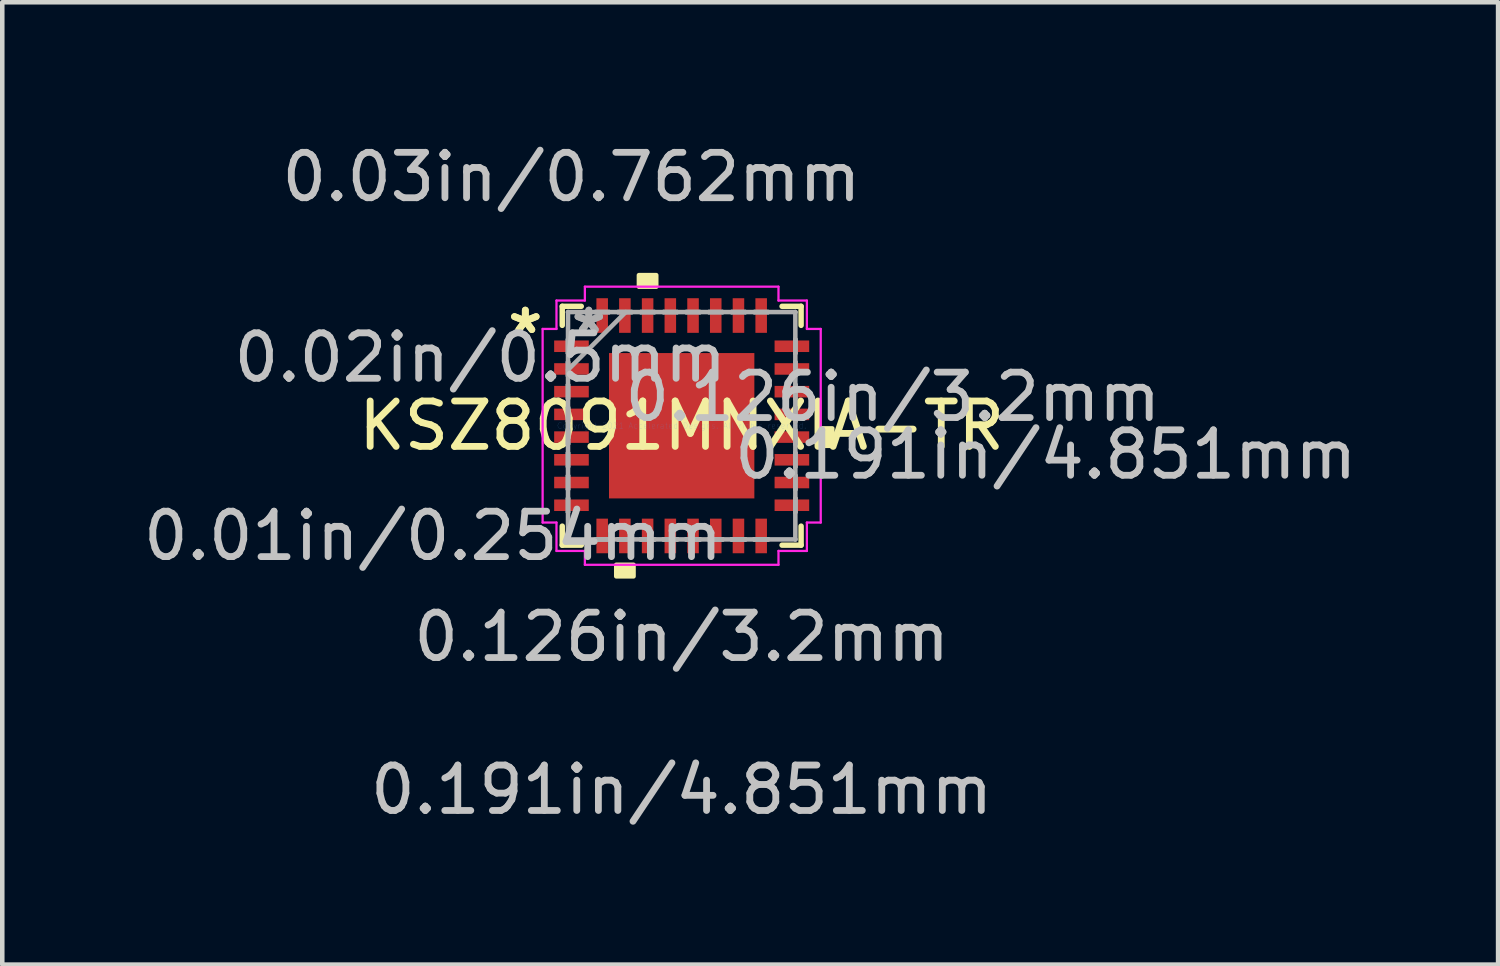
<source format=kicad_pcb>
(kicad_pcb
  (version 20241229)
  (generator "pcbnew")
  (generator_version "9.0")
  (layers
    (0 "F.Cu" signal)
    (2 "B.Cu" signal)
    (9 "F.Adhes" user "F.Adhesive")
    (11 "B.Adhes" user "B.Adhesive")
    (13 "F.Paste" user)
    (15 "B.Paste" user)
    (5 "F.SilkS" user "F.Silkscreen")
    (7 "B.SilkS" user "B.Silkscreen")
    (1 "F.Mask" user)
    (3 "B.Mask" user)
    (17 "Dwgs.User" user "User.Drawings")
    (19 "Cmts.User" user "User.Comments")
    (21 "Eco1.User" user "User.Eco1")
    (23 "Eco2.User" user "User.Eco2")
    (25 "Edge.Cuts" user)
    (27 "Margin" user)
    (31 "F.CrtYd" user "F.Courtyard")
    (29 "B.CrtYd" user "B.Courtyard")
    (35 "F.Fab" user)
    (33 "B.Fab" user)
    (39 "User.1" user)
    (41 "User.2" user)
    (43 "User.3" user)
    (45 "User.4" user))
  (footprint "KSZ8091MNXIA-TR"
    (layer "F.Cu")
    (at 11.956 6.322)
    (property "Reference" "KSZ8091MNXIA-TR" (at 0 0 0) (layer "F.SilkS") (effects (font (size 1 1) (thickness 0.15))))
    (attr through_hole)
    (fp_line (start -2.629 -2.629) (end -2.629 -2.21) (stroke (width 0.12) (type solid)) (layer "F.SilkS"))
    (fp_line (start -2.629 2.21) (end -2.629 2.629) (stroke (width 0.12) (type solid)) (layer "F.SilkS"))
    (fp_line (start -2.629 2.629) (end -2.21 2.629) (stroke (width 0.12) (type solid)) (layer "F.SilkS"))
    (fp_line (start -2.21 -2.629) (end -2.629 -2.629) (stroke (width 0.12) (type solid)) (layer "F.SilkS"))
    (fp_line (start 2.21 2.629) (end 2.629 2.629) (stroke (width 0.12) (type solid)) (layer "F.SilkS"))
    (fp_line (start 2.629 -2.629) (end 2.21 -2.629) (stroke (width 0.12) (type solid)) (layer "F.SilkS"))
    (fp_line (start 2.629 -2.21) (end 2.629 -2.629) (stroke (width 0.12) (type solid)) (layer "F.SilkS"))
    (fp_line (start 2.629 2.629) (end 2.629 2.21) (stroke (width 0.12) (type solid)) (layer "F.SilkS"))
    (fp_poly (pts (xy -1.44 3.061) (xy -1.44 3.315) (xy -1.06 3.315) (xy -1.06 3.061)) (stroke (width 0.1) (type solid)) (fill yes) (layer "F.SilkS"))
    (fp_poly (pts (xy -0.941 -3.061) (xy -0.941 -3.315) (xy -0.56 -3.315) (xy -0.56 -3.061)) (stroke (width 0.1) (type solid)) (fill yes) (layer "F.SilkS"))
    (fp_poly (pts (xy 3.315 0.059) (xy 3.315 0.441) (xy 3.061 0.441) (xy 3.061 0.059)) (stroke (width 0.1) (type solid)) (fill yes) (layer "F.SilkS"))
    (fp_poly (pts (xy -1.5 -1.5) (xy -1.5 -0.1) (xy -0.1 -0.1) (xy -0.1 -1.5)) (stroke (width 0.1) (type solid)) (fill yes) (layer "F.Paste"))
    (fp_poly (pts (xy -1.5 0.1) (xy -1.5 1.5) (xy -0.1 1.5) (xy -0.1 0.1)) (stroke (width 0.1) (type solid)) (fill yes) (layer "F.Paste"))
    (fp_poly (pts (xy 0.1 -1.5) (xy 0.1 -0.1) (xy 1.5 -0.1) (xy 1.5 -1.5)) (stroke (width 0.1) (type solid)) (fill yes) (layer "F.Paste"))
    (fp_poly (pts (xy 0.1 0.1) (xy 0.1 1.5) (xy 1.5 1.5) (xy 1.5 0.1)) (stroke (width 0.1) (type solid)) (fill yes) (layer "F.Paste"))
    (fp_line (start -3.061 -2.131) (end -2.756 -2.131) (stroke (width 0.05) (type solid)) (layer "F.CrtYd"))
    (fp_line (start -3.061 2.131) (end -3.061 -2.131) (stroke (width 0.05) (type solid)) (layer "F.CrtYd"))
    (fp_line (start -2.756 -2.756) (end -2.131 -2.756) (stroke (width 0.05) (type solid)) (layer "F.CrtYd"))
    (fp_line (start -2.756 -2.131) (end -2.756 -2.756) (stroke (width 0.05) (type solid)) (layer "F.CrtYd"))
    (fp_line (start -2.756 2.131) (end -3.061 2.131) (stroke (width 0.05) (type solid)) (layer "F.CrtYd"))
    (fp_line (start -2.756 2.756) (end -2.756 2.131) (stroke (width 0.05) (type solid)) (layer "F.CrtYd"))
    (fp_line (start -2.131 -3.061) (end 2.131 -3.061) (stroke (width 0.05) (type solid)) (layer "F.CrtYd"))
    (fp_line (start -2.131 -2.756) (end -2.131 -3.061) (stroke (width 0.05) (type solid)) (layer "F.CrtYd"))
    (fp_line (start -2.131 2.756) (end -2.756 2.756) (stroke (width 0.05) (type solid)) (layer "F.CrtYd"))
    (fp_line (start -2.131 3.061) (end -2.131 2.756) (stroke (width 0.05) (type solid)) (layer "F.CrtYd"))
    (fp_line (start 2.131 -3.061) (end 2.131 -2.756) (stroke (width 0.05) (type solid)) (layer "F.CrtYd"))
    (fp_line (start 2.131 -2.756) (end 2.756 -2.756) (stroke (width 0.05) (type solid)) (layer "F.CrtYd"))
    (fp_line (start 2.131 2.756) (end 2.131 3.061) (stroke (width 0.05) (type solid)) (layer "F.CrtYd"))
    (fp_line (start 2.131 3.061) (end -2.131 3.061) (stroke (width 0.05) (type solid)) (layer "F.CrtYd"))
    (fp_line (start 2.756 -2.756) (end 2.756 -2.131) (stroke (width 0.05) (type solid)) (layer "F.CrtYd"))
    (fp_line (start 2.756 -2.131) (end 3.061 -2.131) (stroke (width 0.05) (type solid)) (layer "F.CrtYd"))
    (fp_line (start 2.756 2.131) (end 2.756 2.756) (stroke (width 0.05) (type solid)) (layer "F.CrtYd"))
    (fp_line (start 2.756 2.756) (end 2.131 2.756) (stroke (width 0.05) (type solid)) (layer "F.CrtYd"))
    (fp_line (start 3.061 -2.131) (end 3.061 2.131) (stroke (width 0.05) (type solid)) (layer "F.CrtYd"))
    (fp_line (start 3.061 2.131) (end 2.756 2.131) (stroke (width 0.05) (type solid)) (layer "F.CrtYd"))
    (fp_line (start -2.502 -2.502) (end -2.502 -2.502) (stroke (width 0.1) (type solid)) (layer "F.Fab"))
    (fp_line (start -2.502 -2.502) (end -2.502 2.502) (stroke (width 0.1) (type solid)) (layer "F.Fab"))
    (fp_line (start -2.502 -1.902) (end -2.502 -1.902) (stroke (width 0.1) (type solid)) (layer "F.Fab"))
    (fp_line (start -2.502 -1.902) (end -2.502 -1.598) (stroke (width 0.1) (type solid)) (layer "F.Fab"))
    (fp_line (start -2.502 -1.598) (end -2.502 -1.902) (stroke (width 0.1) (type solid)) (layer "F.Fab"))
    (fp_line (start -2.502 -1.598) (end -2.502 -1.598) (stroke (width 0.1) (type solid)) (layer "F.Fab"))
    (fp_line (start -2.502 -1.402) (end -2.502 -1.402) (stroke (width 0.1) (type solid)) (layer "F.Fab"))
    (fp_line (start -2.502 -1.402) (end -2.502 -1.098) (stroke (width 0.1) (type solid)) (layer "F.Fab"))
    (fp_line (start -2.502 -1.232) (end -1.232 -2.502) (stroke (width 0.1) (type solid)) (layer "F.Fab"))
    (fp_line (start -2.502 -1.098) (end -2.502 -1.402) (stroke (width 0.1) (type solid)) (layer "F.Fab"))
    (fp_line (start -2.502 -1.098) (end -2.502 -1.098) (stroke (width 0.1) (type solid)) (layer "F.Fab"))
    (fp_line (start -2.502 -0.902) (end -2.502 -0.902) (stroke (width 0.1) (type solid)) (layer "F.Fab"))
    (fp_line (start -2.502 -0.902) (end -2.502 -0.598) (stroke (width 0.1) (type solid)) (layer "F.Fab"))
    (fp_line (start -2.502 -0.598) (end -2.502 -0.902) (stroke (width 0.1) (type solid)) (layer "F.Fab"))
    (fp_line (start -2.502 -0.598) (end -2.502 -0.598) (stroke (width 0.1) (type solid)) (layer "F.Fab"))
    (fp_line (start -2.502 -0.402) (end -2.502 -0.402) (stroke (width 0.1) (type solid)) (layer "F.Fab"))
    (fp_line (start -2.502 -0.402) (end -2.502 -0.098) (stroke (width 0.1) (type solid)) (layer "F.Fab"))
    (fp_line (start -2.502 -0.098) (end -2.502 -0.402) (stroke (width 0.1) (type solid)) (layer "F.Fab"))
    (fp_line (start -2.502 -0.098) (end -2.502 -0.098) (stroke (width 0.1) (type solid)) (layer "F.Fab"))
    (fp_line (start -2.502 0.098) (end -2.502 0.098) (stroke (width 0.1) (type solid)) (layer "F.Fab"))
    (fp_line (start -2.502 0.098) (end -2.502 0.402) (stroke (width 0.1) (type solid)) (layer "F.Fab"))
    (fp_line (start -2.502 0.402) (end -2.502 0.098) (stroke (width 0.1) (type solid)) (layer "F.Fab"))
    (fp_line (start -2.502 0.402) (end -2.502 0.402) (stroke (width 0.1) (type solid)) (layer "F.Fab"))
    (fp_line (start -2.502 0.598) (end -2.502 0.598) (stroke (width 0.1) (type solid)) (layer "F.Fab"))
    (fp_line (start -2.502 0.598) (end -2.502 0.902) (stroke (width 0.1) (type solid)) (layer "F.Fab"))
    (fp_line (start -2.502 0.902) (end -2.502 0.598) (stroke (width 0.1) (type solid)) (layer "F.Fab"))
    (fp_line (start -2.502 0.902) (end -2.502 0.902) (stroke (width 0.1) (type solid)) (layer "F.Fab"))
    (fp_line (start -2.502 1.098) (end -2.502 1.098) (stroke (width 0.1) (type solid)) (layer "F.Fab"))
    (fp_line (start -2.502 1.098) (end -2.502 1.402) (stroke (width 0.1) (type solid)) (layer "F.Fab"))
    (fp_line (start -2.502 1.402) (end -2.502 1.098) (stroke (width 0.1) (type solid)) (layer "F.Fab"))
    (fp_line (start -2.502 1.402) (end -2.502 1.402) (stroke (width 0.1) (type solid)) (layer "F.Fab"))
    (fp_line (start -2.502 1.598) (end -2.502 1.598) (stroke (width 0.1) (type solid)) (layer "F.Fab"))
    (fp_line (start -2.502 1.598) (end -2.502 1.902) (stroke (width 0.1) (type solid)) (layer "F.Fab"))
    (fp_line (start -2.502 1.902) (end -2.502 1.598) (stroke (width 0.1) (type solid)) (layer "F.Fab"))
    (fp_line (start -2.502 1.902) (end -2.502 1.902) (stroke (width 0.1) (type solid)) (layer "F.Fab"))
    (fp_line (start -2.502 2.502) (end -2.502 2.502) (stroke (width 0.1) (type solid)) (layer "F.Fab"))
    (fp_line (start -2.502 2.502) (end 2.502 2.502) (stroke (width 0.1) (type solid)) (layer "F.Fab"))
    (fp_line (start -1.902 -2.502) (end -1.902 -2.502) (stroke (width 0.1) (type solid)) (layer "F.Fab"))
    (fp_line (start -1.902 -2.502) (end -1.598 -2.502) (stroke (width 0.1) (type solid)) (layer "F.Fab"))
    (fp_line (start -1.902 2.502) (end -1.902 2.502) (stroke (width 0.1) (type solid)) (layer "F.Fab"))
    (fp_line (start -1.902 2.502) (end -1.598 2.502) (stroke (width 0.1) (type solid)) (layer "F.Fab"))
    (fp_line (start -1.598 -2.502) (end -1.902 -2.502) (stroke (width 0.1) (type solid)) (layer "F.Fab"))
    (fp_line (start -1.598 -2.502) (end -1.598 -2.502) (stroke (width 0.1) (type solid)) (layer "F.Fab"))
    (fp_line (start -1.598 2.502) (end -1.902 2.502) (stroke (width 0.1) (type solid)) (layer "F.Fab"))
    (fp_line (start -1.598 2.502) (end -1.598 2.502) (stroke (width 0.1) (type solid)) (layer "F.Fab"))
    (fp_line (start -1.402 -2.502) (end -1.402 -2.502) (stroke (width 0.1) (type solid)) (layer "F.Fab"))
    (fp_line (start -1.402 -2.502) (end -1.098 -2.502) (stroke (width 0.1) (type solid)) (layer "F.Fab"))
    (fp_line (start -1.402 2.502) (end -1.402 2.502) (stroke (width 0.1) (type solid)) (layer "F.Fab"))
    (fp_line (start -1.402 2.502) (end -1.098 2.502) (stroke (width 0.1) (type solid)) (layer "F.Fab"))
    (fp_line (start -1.098 -2.502) (end -1.402 -2.502) (stroke (width 0.1) (type solid)) (layer "F.Fab"))
    (fp_line (start -1.098 -2.502) (end -1.098 -2.502) (stroke (width 0.1) (type solid)) (layer "F.Fab"))
    (fp_line (start -1.098 2.502) (end -1.402 2.502) (stroke (width 0.1) (type solid)) (layer "F.Fab"))
    (fp_line (start -1.098 2.502) (end -1.098 2.502) (stroke (width 0.1) (type solid)) (layer "F.Fab"))
    (fp_line (start -0.902 -2.502) (end -0.902 -2.502) (stroke (width 0.1) (type solid)) (layer "F.Fab"))
    (fp_line (start -0.902 -2.502) (end -0.598 -2.502) (stroke (width 0.1) (type solid)) (layer "F.Fab"))
    (fp_line (start -0.902 2.502) (end -0.902 2.502) (stroke (width 0.1) (type solid)) (layer "F.Fab"))
    (fp_line (start -0.902 2.502) (end -0.598 2.502) (stroke (width 0.1) (type solid)) (layer "F.Fab"))
    (fp_line (start -0.598 -2.502) (end -0.902 -2.502) (stroke (width 0.1) (type solid)) (layer "F.Fab"))
    (fp_line (start -0.598 -2.502) (end -0.598 -2.502) (stroke (width 0.1) (type solid)) (layer "F.Fab"))
    (fp_line (start -0.598 2.502) (end -0.902 2.502) (stroke (width 0.1) (type solid)) (layer "F.Fab"))
    (fp_line (start -0.598 2.502) (end -0.598 2.502) (stroke (width 0.1) (type solid)) (layer "F.Fab"))
    (fp_line (start -0.402 -2.502) (end -0.402 -2.502) (stroke (width 0.1) (type solid)) (layer "F.Fab"))
    (fp_line (start -0.402 -2.502) (end -0.098 -2.502) (stroke (width 0.1) (type solid)) (layer "F.Fab"))
    (fp_line (start -0.402 2.502) (end -0.402 2.502) (stroke (width 0.1) (type solid)) (layer "F.Fab"))
    (fp_line (start -0.402 2.502) (end -0.098 2.502) (stroke (width 0.1) (type solid)) (layer "F.Fab"))
    (fp_line (start -0.098 -2.502) (end -0.402 -2.502) (stroke (width 0.1) (type solid)) (layer "F.Fab"))
    (fp_line (start -0.098 -2.502) (end -0.098 -2.502) (stroke (width 0.1) (type solid)) (layer "F.Fab"))
    (fp_line (start -0.098 2.502) (end -0.402 2.502) (stroke (width 0.1) (type solid)) (layer "F.Fab"))
    (fp_line (start -0.098 2.502) (end -0.098 2.502) (stroke (width 0.1) (type solid)) (layer "F.Fab"))
    (fp_line (start 0.098 -2.502) (end 0.098 -2.502) (stroke (width 0.1) (type solid)) (layer "F.Fab"))
    (fp_line (start 0.098 -2.502) (end 0.402 -2.502) (stroke (width 0.1) (type solid)) (layer "F.Fab"))
    (fp_line (start 0.098 2.502) (end 0.098 2.502) (stroke (width 0.1) (type solid)) (layer "F.Fab"))
    (fp_line (start 0.098 2.502) (end 0.402 2.502) (stroke (width 0.1) (type solid)) (layer "F.Fab"))
    (fp_line (start 0.402 -2.502) (end 0.098 -2.502) (stroke (width 0.1) (type solid)) (layer "F.Fab"))
    (fp_line (start 0.402 -2.502) (end 0.402 -2.502) (stroke (width 0.1) (type solid)) (layer "F.Fab"))
    (fp_line (start 0.402 2.502) (end 0.098 2.502) (stroke (width 0.1) (type solid)) (layer "F.Fab"))
    (fp_line (start 0.402 2.502) (end 0.402 2.502) (stroke (width 0.1) (type solid)) (layer "F.Fab"))
    (fp_line (start 0.598 -2.502) (end 0.598 -2.502) (stroke (width 0.1) (type solid)) (layer "F.Fab"))
    (fp_line (start 0.598 -2.502) (end 0.902 -2.502) (stroke (width 0.1) (type solid)) (layer "F.Fab"))
    (fp_line (start 0.598 2.502) (end 0.598 2.502) (stroke (width 0.1) (type solid)) (layer "F.Fab"))
    (fp_line (start 0.598 2.502) (end 0.902 2.502) (stroke (width 0.1) (type solid)) (layer "F.Fab"))
    (fp_line (start 0.902 -2.502) (end 0.598 -2.502) (stroke (width 0.1) (type solid)) (layer "F.Fab"))
    (fp_line (start 0.902 -2.502) (end 0.902 -2.502) (stroke (width 0.1) (type solid)) (layer "F.Fab"))
    (fp_line (start 0.902 2.502) (end 0.598 2.502) (stroke (width 0.1) (type solid)) (layer "F.Fab"))
    (fp_line (start 0.902 2.502) (end 0.902 2.502) (stroke (width 0.1) (type solid)) (layer "F.Fab"))
    (fp_line (start 1.098 -2.502) (end 1.098 -2.502) (stroke (width 0.1) (type solid)) (layer "F.Fab"))
    (fp_line (start 1.098 -2.502) (end 1.402 -2.502) (stroke (width 0.1) (type solid)) (layer "F.Fab"))
    (fp_line (start 1.098 2.502) (end 1.098 2.502) (stroke (width 0.1) (type solid)) (layer "F.Fab"))
    (fp_line (start 1.098 2.502) (end 1.402 2.502) (stroke (width 0.1) (type solid)) (layer "F.Fab"))
    (fp_line (start 1.402 -2.502) (end 1.098 -2.502) (stroke (width 0.1) (type solid)) (layer "F.Fab"))
    (fp_line (start 1.402 -2.502) (end 1.402 -2.502) (stroke (width 0.1) (type solid)) (layer "F.Fab"))
    (fp_line (start 1.402 2.502) (end 1.098 2.502) (stroke (width 0.1) (type solid)) (layer "F.Fab"))
    (fp_line (start 1.402 2.502) (end 1.402 2.502) (stroke (width 0.1) (type solid)) (layer "F.Fab"))
    (fp_line (start 1.598 -2.502) (end 1.598 -2.502) (stroke (width 0.1) (type solid)) (layer "F.Fab"))
    (fp_line (start 1.598 -2.502) (end 1.902 -2.502) (stroke (width 0.1) (type solid)) (layer "F.Fab"))
    (fp_line (start 1.598 2.502) (end 1.598 2.502) (stroke (width 0.1) (type solid)) (layer "F.Fab"))
    (fp_line (start 1.598 2.502) (end 1.902 2.502) (stroke (width 0.1) (type solid)) (layer "F.Fab"))
    (fp_line (start 1.902 -2.502) (end 1.598 -2.502) (stroke (width 0.1) (type solid)) (layer "F.Fab"))
    (fp_line (start 1.902 -2.502) (end 1.902 -2.502) (stroke (width 0.1) (type solid)) (layer "F.Fab"))
    (fp_line (start 1.902 2.502) (end 1.598 2.502) (stroke (width 0.1) (type solid)) (layer "F.Fab"))
    (fp_line (start 1.902 2.502) (end 1.902 2.502) (stroke (width 0.1) (type solid)) (layer "F.Fab"))
    (fp_line (start 2.502 -2.502) (end -2.502 -2.502) (stroke (width 0.1) (type solid)) (layer "F.Fab"))
    (fp_line (start 2.502 -2.502) (end 2.502 -2.502) (stroke (width 0.1) (type solid)) (layer "F.Fab"))
    (fp_line (start 2.502 -1.902) (end 2.502 -1.902) (stroke (width 0.1) (type solid)) (layer "F.Fab"))
    (fp_line (start 2.502 -1.902) (end 2.502 -1.598) (stroke (width 0.1) (type solid)) (layer "F.Fab"))
    (fp_line (start 2.502 -1.598) (end 2.502 -1.902) (stroke (width 0.1) (type solid)) (layer "F.Fab"))
    (fp_line (start 2.502 -1.598) (end 2.502 -1.598) (stroke (width 0.1) (type solid)) (layer "F.Fab"))
    (fp_line (start 2.502 -1.402) (end 2.502 -1.402) (stroke (width 0.1) (type solid)) (layer "F.Fab"))
    (fp_line (start 2.502 -1.402) (end 2.502 -1.098) (stroke (width 0.1) (type solid)) (layer "F.Fab"))
    (fp_line (start 2.502 -1.098) (end 2.502 -1.402) (stroke (width 0.1) (type solid)) (layer "F.Fab"))
    (fp_line (start 2.502 -1.098) (end 2.502 -1.098) (stroke (width 0.1) (type solid)) (layer "F.Fab"))
    (fp_line (start 2.502 -0.902) (end 2.502 -0.902) (stroke (width 0.1) (type solid)) (layer "F.Fab"))
    (fp_line (start 2.502 -0.902) (end 2.502 -0.598) (stroke (width 0.1) (type solid)) (layer "F.Fab"))
    (fp_line (start 2.502 -0.598) (end 2.502 -0.902) (stroke (width 0.1) (type solid)) (layer "F.Fab"))
    (fp_line (start 2.502 -0.598) (end 2.502 -0.598) (stroke (width 0.1) (type solid)) (layer "F.Fab"))
    (fp_line (start 2.502 -0.402) (end 2.502 -0.402) (stroke (width 0.1) (type solid)) (layer "F.Fab"))
    (fp_line (start 2.502 -0.402) (end 2.502 -0.098) (stroke (width 0.1) (type solid)) (layer "F.Fab"))
    (fp_line (start 2.502 -0.098) (end 2.502 -0.402) (stroke (width 0.1) (type solid)) (layer "F.Fab"))
    (fp_line (start 2.502 -0.098) (end 2.502 -0.098) (stroke (width 0.1) (type solid)) (layer "F.Fab"))
    (fp_line (start 2.502 0.098) (end 2.502 0.098) (stroke (width 0.1) (type solid)) (layer "F.Fab"))
    (fp_line (start 2.502 0.098) (end 2.502 0.402) (stroke (width 0.1) (type solid)) (layer "F.Fab"))
    (fp_line (start 2.502 0.402) (end 2.502 0.098) (stroke (width 0.1) (type solid)) (layer "F.Fab"))
    (fp_line (start 2.502 0.402) (end 2.502 0.402) (stroke (width 0.1) (type solid)) (layer "F.Fab"))
    (fp_line (start 2.502 0.598) (end 2.502 0.598) (stroke (width 0.1) (type solid)) (layer "F.Fab"))
    (fp_line (start 2.502 0.598) (end 2.502 0.902) (stroke (width 0.1) (type solid)) (layer "F.Fab"))
    (fp_line (start 2.502 0.902) (end 2.502 0.598) (stroke (width 0.1) (type solid)) (layer "F.Fab"))
    (fp_line (start 2.502 0.902) (end 2.502 0.902) (stroke (width 0.1) (type solid)) (layer "F.Fab"))
    (fp_line (start 2.502 1.098) (end 2.502 1.098) (stroke (width 0.1) (type solid)) (layer "F.Fab"))
    (fp_line (start 2.502 1.098) (end 2.502 1.402) (stroke (width 0.1) (type solid)) (layer "F.Fab"))
    (fp_line (start 2.502 1.402) (end 2.502 1.098) (stroke (width 0.1) (type solid)) (layer "F.Fab"))
    (fp_line (start 2.502 1.402) (end 2.502 1.402) (stroke (width 0.1) (type solid)) (layer "F.Fab"))
    (fp_line (start 2.502 1.598) (end 2.502 1.598) (stroke (width 0.1) (type solid)) (layer "F.Fab"))
    (fp_line (start 2.502 1.598) (end 2.502 1.902) (stroke (width 0.1) (type solid)) (layer "F.Fab"))
    (fp_line (start 2.502 1.902) (end 2.502 1.598) (stroke (width 0.1) (type solid)) (layer "F.Fab"))
    (fp_line (start 2.502 1.902) (end 2.502 1.902) (stroke (width 0.1) (type solid)) (layer "F.Fab"))
    (fp_line (start 2.502 2.502) (end 2.502 -2.502) (stroke (width 0.1) (type solid)) (layer "F.Fab"))
    (fp_line (start 2.502 2.502) (end 2.502 2.502) (stroke (width 0.1) (type solid)) (layer "F.Fab"))
    (fp_text user "*" (at -3.442 -2 0) (layer "F.SilkS") (effects (font (size 1 1) (thickness 0.15))))
    (fp_text user "*" (at -3.442 -2 0) (layer "F.SilkS") (effects (font (size 1 1) (thickness 0.15))))
    (fp_text user "0.191in/4.851mm" (at 0 8.014 0) (layer "Dwgs.User") (effects (font (size 1 1) (thickness 0.15))))
    (fp_text user "0.126in/3.2mm" (at 0 4.648 0) (layer "Dwgs.User") (effects (font (size 1 1) (thickness 0.15))))
    (fp_text user "0.02in/0.5mm" (at -4.432 -1.5 0) (layer "Dwgs.User") (effects (font (size 1 1) (thickness 0.15))))
    (fp_text user "0.191in/4.851mm" (at 8.014 0.635 0) (layer "Dwgs.User") (effects (font (size 1 1) (thickness 0.15))))
    (fp_text user "0.03in/0.762mm" (at -2.426 -5.474 0) (layer "Dwgs.User") (effects (font (size 1 1) (thickness 0.15))))
    (fp_text user "0.01in/0.254mm" (at -5.474 2.426 0) (layer "Dwgs.User") (effects (font (size 1 1) (thickness 0.15))))
    (fp_text user "0.126in/3.2mm" (at 4.648 -0.635 0) (layer "Dwgs.User") (effects (font (size 1 1) (thickness 0.15))))
    (fp_text user "Copyright 2021 Accelerated Designs. All rights reserved." (at 0 0 0) (layer "Cmts.User") (effects (font (size 0.127 0.127) (thickness 0.002))))
    (fp_text user "*" (at -2.045 -2 0) (layer "F.Fab") (effects (font (size 1 1) (thickness 0.15))))
    (fp_text user "*" (at -2.045 -2 0) (layer "F.Fab") (effects (font (size 1 1) (thickness 0.15))))
    (pad "1" smd rect (at -2.426 -1.75 90) (size 0.254 0.762) (layers "F.Cu" "F.Mask" "F.Paste"))
    (pad "2" smd rect (at -2.426 -1.25 90) (size 0.254 0.762) (layers "F.Cu" "F.Mask" "F.Paste"))
    (pad "3" smd rect (at -2.426 -0.75 90) (size 0.254 0.762) (layers "F.Cu" "F.Mask" "F.Paste"))
    (pad "4" smd rect (at -2.426 -0.25 90) (size 0.254 0.762) (layers "F.Cu" "F.Mask" "F.Paste"))
    (pad "5" smd rect (at -2.426 0.25 90) (size 0.254 0.762) (layers "F.Cu" "F.Mask" "F.Paste"))
    (pad "6" smd rect (at -2.426 0.75 90) (size 0.254 0.762) (layers "F.Cu" "F.Mask" "F.Paste"))
    (pad "7" smd rect (at -2.426 1.25 90) (size 0.254 0.762) (layers "F.Cu" "F.Mask" "F.Paste"))
    (pad "8" smd rect (at -2.426 1.75 90) (size 0.254 0.762) (layers "F.Cu" "F.Mask" "F.Paste"))
    (pad "9" smd rect (at -1.75 2.426) (size 0.254 0.762) (layers "F.Cu" "F.Mask" "F.Paste"))
    (pad "10" smd rect (at -1.25 2.426) (size 0.254 0.762) (layers "F.Cu" "F.Mask" "F.Paste"))
    (pad "11" smd rect (at -0.75 2.426) (size 0.254 0.762) (layers "F.Cu" "F.Mask" "F.Paste"))
    (pad "12" smd rect (at -0.25 2.426) (size 0.254 0.762) (layers "F.Cu" "F.Mask" "F.Paste"))
    (pad "13" smd rect (at 0.25 2.426) (size 0.254 0.762) (layers "F.Cu" "F.Mask" "F.Paste"))
    (pad "14" smd rect (at 0.75 2.426) (size 0.254 0.762) (layers "F.Cu" "F.Mask" "F.Paste"))
    (pad "15" smd rect (at 1.25 2.426) (size 0.254 0.762) (layers "F.Cu" "F.Mask" "F.Paste"))
    (pad "16" smd rect (at 1.75 2.426) (size 0.254 0.762) (layers "F.Cu" "F.Mask" "F.Paste"))
    (pad "17" smd rect (at 2.426 1.75 90) (size 0.254 0.762) (layers "F.Cu" "F.Mask" "F.Paste"))
    (pad "18" smd rect (at 2.426 1.25 90) (size 0.254 0.762) (layers "F.Cu" "F.Mask" "F.Paste"))
    (pad "19" smd rect (at 2.426 0.75 90) (size 0.254 0.762) (layers "F.Cu" "F.Mask" "F.Paste"))
    (pad "20" smd rect (at 2.426 0.25 90) (size 0.254 0.762) (layers "F.Cu" "F.Mask" "F.Paste"))
    (pad "21" smd rect (at 2.426 -0.25 90) (size 0.254 0.762) (layers "F.Cu" "F.Mask" "F.Paste"))
    (pad "22" smd rect (at 2.426 -0.75 90) (size 0.254 0.762) (layers "F.Cu" "F.Mask" "F.Paste"))
    (pad "23" smd rect (at 2.426 -1.25 90) (size 0.254 0.762) (layers "F.Cu" "F.Mask" "F.Paste"))
    (pad "24" smd rect (at 2.426 -1.75 90) (size 0.254 0.762) (layers "F.Cu" "F.Mask" "F.Paste"))
    (pad "25" smd rect (at 1.75 -2.426) (size 0.254 0.762) (layers "F.Cu" "F.Mask" "F.Paste"))
    (pad "26" smd rect (at 1.25 -2.426) (size 0.254 0.762) (layers "F.Cu" "F.Mask" "F.Paste"))
    (pad "27" smd rect (at 0.75 -2.426) (size 0.254 0.762) (layers "F.Cu" "F.Mask" "F.Paste"))
    (pad "28" smd rect (at 0.25 -2.426) (size 0.254 0.762) (layers "F.Cu" "F.Mask" "F.Paste"))
    (pad "29" smd rect (at -0.25 -2.426) (size 0.254 0.762) (layers "F.Cu" "F.Mask" "F.Paste"))
    (pad "30" smd rect (at -0.75 -2.426) (size 0.254 0.762) (layers "F.Cu" "F.Mask" "F.Paste"))
    (pad "31" smd rect (at -1.25 -2.426) (size 0.254 0.762) (layers "F.Cu" "F.Mask" "F.Paste"))
    (pad "32" smd rect (at -1.75 -2.426) (size 0.254 0.762) (layers "F.Cu" "F.Mask" "F.Paste"))
    (pad "33" smd rect (at 0 0) (size 3.2 3.2) (layers "F.Cu" "F.Mask" "F.Paste")))
  (gr_rect
    (start -3 -3)
    (end 29.928 18.184)
    (stroke (width 0.1) (type default))
    (fill no)
    (layer "Edge.Cuts")))
</source>
